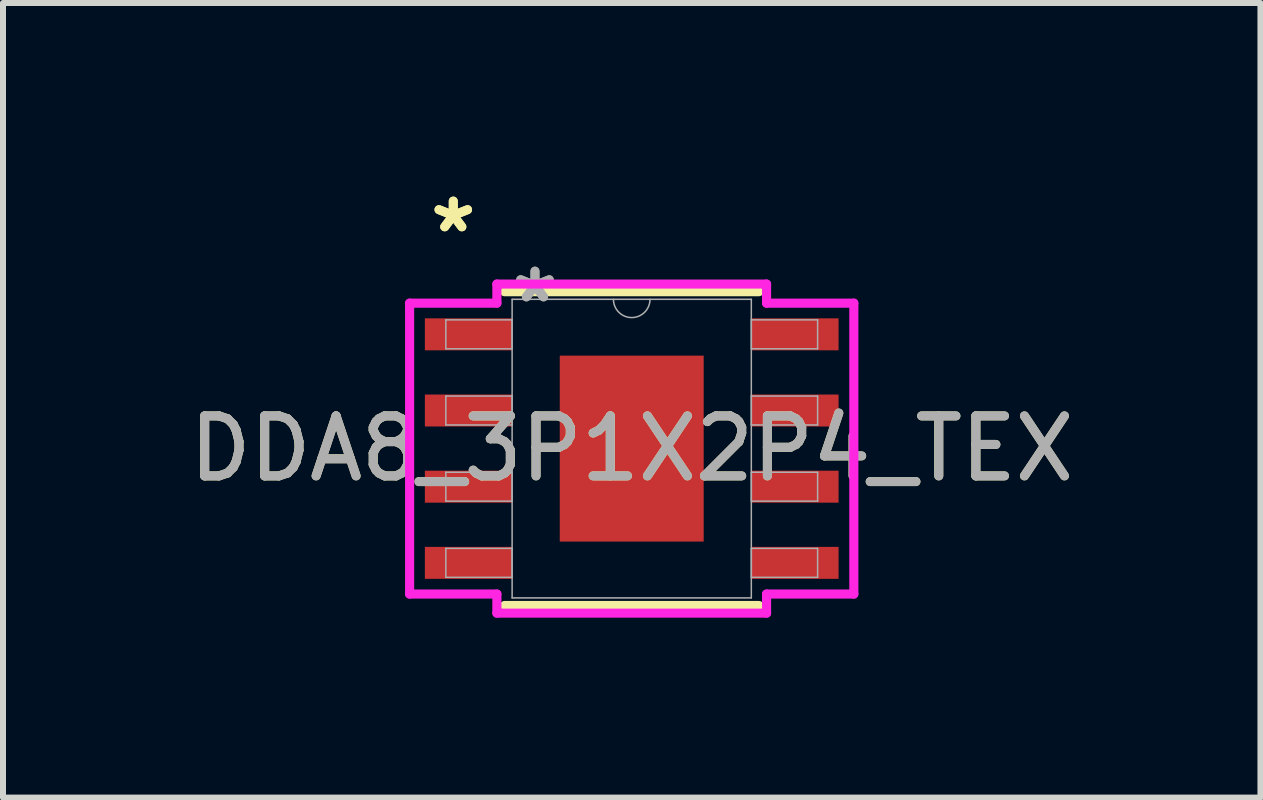
<source format=kicad_pcb>
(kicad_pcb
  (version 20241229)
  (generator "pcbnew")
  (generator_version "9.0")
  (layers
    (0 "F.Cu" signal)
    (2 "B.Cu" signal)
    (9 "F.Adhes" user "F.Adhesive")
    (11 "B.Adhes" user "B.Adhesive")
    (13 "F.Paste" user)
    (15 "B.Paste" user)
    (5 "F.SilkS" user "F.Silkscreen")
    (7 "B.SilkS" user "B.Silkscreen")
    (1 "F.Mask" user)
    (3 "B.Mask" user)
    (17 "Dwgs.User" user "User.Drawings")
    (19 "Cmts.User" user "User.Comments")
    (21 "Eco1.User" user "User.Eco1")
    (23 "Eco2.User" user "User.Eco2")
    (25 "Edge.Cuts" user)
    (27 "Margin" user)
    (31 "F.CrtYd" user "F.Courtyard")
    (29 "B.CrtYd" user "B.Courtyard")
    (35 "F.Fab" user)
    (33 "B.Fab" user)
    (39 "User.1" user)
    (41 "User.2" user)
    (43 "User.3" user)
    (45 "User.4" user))
  (footprint "DDA8_3P1X2P4_TEX"
    (layer "F.Cu")
    (at 7.482 4.429)
    (property "Reference" "DDA8_3P1X2P4_TEX" (at 0 0 0) (unlocked yes) (layer "F.SilkS") (effects (font (size 1 1) (thickness 0.15))))
    (attr smd)
    (fp_line (start -2.121 2.616) (end 2.121 2.616) (stroke (width 0.152) (type solid)) (layer "F.SilkS"))
    (fp_line (start 2.121 -2.616) (end -2.121 -2.616) (stroke (width 0.152) (type solid)) (layer "F.SilkS"))
    (fp_poly (pts (xy -1.1 -1.45) (xy -1.1 -0.1) (xy 1.1 -0.1) (xy 1.1 -1.45)) (stroke (width 0) (type solid)) (fill yes) (layer "F.Paste"))
    (fp_poly (pts (xy -1.1 0.1) (xy -1.1 1.45) (xy 1.1 1.45) (xy 1.1 0.1)) (stroke (width 0) (type solid)) (fill yes) (layer "F.Paste"))
    (fp_line (start -3.703 -2.425) (end -2.248 -2.425) (stroke (width 0.152) (type solid)) (layer "F.CrtYd"))
    (fp_line (start -3.703 2.425) (end -3.703 -2.425) (stroke (width 0.152) (type solid)) (layer "F.CrtYd"))
    (fp_line (start -3.703 2.425) (end -2.248 2.425) (stroke (width 0.152) (type solid)) (layer "F.CrtYd"))
    (fp_line (start -2.248 -2.743) (end 2.248 -2.743) (stroke (width 0.152) (type solid)) (layer "F.CrtYd"))
    (fp_line (start -2.248 -2.425) (end -2.248 -2.743) (stroke (width 0.152) (type solid)) (layer "F.CrtYd"))
    (fp_line (start -2.248 2.743) (end -2.248 2.425) (stroke (width 0.152) (type solid)) (layer "F.CrtYd"))
    (fp_line (start 2.248 -2.743) (end 2.248 -2.425) (stroke (width 0.152) (type solid)) (layer "F.CrtYd"))
    (fp_line (start 2.248 2.425) (end 2.248 2.743) (stroke (width 0.152) (type solid)) (layer "F.CrtYd"))
    (fp_line (start 2.248 2.743) (end -2.248 2.743) (stroke (width 0.152) (type solid)) (layer "F.CrtYd"))
    (fp_line (start 3.703 -2.425) (end 2.248 -2.425) (stroke (width 0.152) (type solid)) (layer "F.CrtYd"))
    (fp_line (start 3.703 -2.425) (end 3.703 2.425) (stroke (width 0.152) (type solid)) (layer "F.CrtYd"))
    (fp_line (start 3.703 2.425) (end 2.248 2.425) (stroke (width 0.152) (type solid)) (layer "F.CrtYd"))
    (fp_line (start -3.099 -2.146) (end -3.099 -1.664) (stroke (width 0.025) (type solid)) (layer "F.Fab"))
    (fp_line (start -3.099 -1.664) (end -1.994 -1.664) (stroke (width 0.025) (type solid)) (layer "F.Fab"))
    (fp_line (start -3.099 -0.876) (end -3.099 -0.394) (stroke (width 0.025) (type solid)) (layer "F.Fab"))
    (fp_line (start -3.099 -0.394) (end -1.994 -0.394) (stroke (width 0.025) (type solid)) (layer "F.Fab"))
    (fp_line (start -3.099 0.394) (end -3.099 0.876) (stroke (width 0.025) (type solid)) (layer "F.Fab"))
    (fp_line (start -3.099 0.876) (end -1.994 0.876) (stroke (width 0.025) (type solid)) (layer "F.Fab"))
    (fp_line (start -3.099 1.664) (end -3.099 2.146) (stroke (width 0.025) (type solid)) (layer "F.Fab"))
    (fp_line (start -3.099 2.146) (end -1.994 2.146) (stroke (width 0.025) (type solid)) (layer "F.Fab"))
    (fp_line (start -1.994 -2.489) (end -1.994 2.489) (stroke (width 0.025) (type solid)) (layer "F.Fab"))
    (fp_line (start -1.994 -2.146) (end -3.099 -2.146) (stroke (width 0.025) (type solid)) (layer "F.Fab"))
    (fp_line (start -1.994 -1.664) (end -1.994 -2.146) (stroke (width 0.025) (type solid)) (layer "F.Fab"))
    (fp_line (start -1.994 -0.876) (end -3.099 -0.876) (stroke (width 0.025) (type solid)) (layer "F.Fab"))
    (fp_line (start -1.994 -0.394) (end -1.994 -0.876) (stroke (width 0.025) (type solid)) (layer "F.Fab"))
    (fp_line (start -1.994 0.394) (end -3.099 0.394) (stroke (width 0.025) (type solid)) (layer "F.Fab"))
    (fp_line (start -1.994 0.876) (end -1.994 0.394) (stroke (width 0.025) (type solid)) (layer "F.Fab"))
    (fp_line (start -1.994 1.664) (end -3.099 1.664) (stroke (width 0.025) (type solid)) (layer "F.Fab"))
    (fp_line (start -1.994 2.146) (end -1.994 1.664) (stroke (width 0.025) (type solid)) (layer "F.Fab"))
    (fp_line (start -1.994 2.489) (end 1.994 2.489) (stroke (width 0.025) (type solid)) (layer "F.Fab"))
    (fp_line (start 1.994 -2.489) (end -1.994 -2.489) (stroke (width 0.025) (type solid)) (layer "F.Fab"))
    (fp_line (start 1.994 -2.146) (end 1.994 -1.664) (stroke (width 0.025) (type solid)) (layer "F.Fab"))
    (fp_line (start 1.994 -1.664) (end 3.099 -1.664) (stroke (width 0.025) (type solid)) (layer "F.Fab"))
    (fp_line (start 1.994 -0.876) (end 1.994 -0.394) (stroke (width 0.025) (type solid)) (layer "F.Fab"))
    (fp_line (start 1.994 -0.394) (end 3.099 -0.394) (stroke (width 0.025) (type solid)) (layer "F.Fab"))
    (fp_line (start 1.994 0.394) (end 1.994 0.876) (stroke (width 0.025) (type solid)) (layer "F.Fab"))
    (fp_line (start 1.994 0.876) (end 3.099 0.876) (stroke (width 0.025) (type solid)) (layer "F.Fab"))
    (fp_line (start 1.994 1.664) (end 1.994 2.146) (stroke (width 0.025) (type solid)) (layer "F.Fab"))
    (fp_line (start 1.994 2.146) (end 3.099 2.146) (stroke (width 0.025) (type solid)) (layer "F.Fab"))
    (fp_line (start 1.994 2.489) (end 1.994 -2.489) (stroke (width 0.025) (type solid)) (layer "F.Fab"))
    (fp_line (start 3.099 -2.146) (end 1.994 -2.146) (stroke (width 0.025) (type solid)) (layer "F.Fab"))
    (fp_line (start 3.099 -1.664) (end 3.099 -2.146) (stroke (width 0.025) (type solid)) (layer "F.Fab"))
    (fp_line (start 3.099 -0.876) (end 1.994 -0.876) (stroke (width 0.025) (type solid)) (layer "F.Fab"))
    (fp_line (start 3.099 -0.394) (end 3.099 -0.876) (stroke (width 0.025) (type solid)) (layer "F.Fab"))
    (fp_line (start 3.099 0.394) (end 1.994 0.394) (stroke (width 0.025) (type solid)) (layer "F.Fab"))
    (fp_line (start 3.099 0.876) (end 3.099 0.394) (stroke (width 0.025) (type solid)) (layer "F.Fab"))
    (fp_line (start 3.099 1.664) (end 1.994 1.664) (stroke (width 0.025) (type solid)) (layer "F.Fab"))
    (fp_line (start 3.099 2.146) (end 3.099 1.664) (stroke (width 0.025) (type solid)) (layer "F.Fab"))
    (fp_arc (start 0.3048 -2.4892) (mid 0 -2.1844) (end -0.3048 -2.4892) (stroke (width 0.0254) (type solid)) (layer "F.Fab"))
    (fp_text user "*" (at -2.975 -3.581 0) (unlocked yes) (layer "F.SilkS") (effects (font (size 1 1) (thickness 0.15))))
    (fp_text user "*" (at -2.975 -3.581 0) (layer "F.SilkS") (effects (font (size 1 1) (thickness 0.15))))
    (fp_text user "${REFERENCE}" (at 0 0 0) (unlocked yes) (layer "F.Fab") (effects (font (size 1 1) (thickness 0.15))))
    (fp_text user "*" (at -1.613 -2.413 0) (layer "F.Fab") (effects (font (size 1 1) (thickness 0.15))))
    (fp_text user "*" (at -1.613 -2.413 0) (unlocked yes) (layer "F.Fab") (effects (font (size 1 1) (thickness 0.15))))
    (pad "1" smd rect (at -2.721 -1.905) (size 1.455 0.533) (layers "F.Cu" "F.Mask" "F.Paste"))
    (pad "2" smd rect (at -2.721 -0.635) (size 1.455 0.533) (layers "F.Cu" "F.Mask" "F.Paste"))
    (pad "3" smd rect (at -2.721 0.635) (size 1.455 0.533) (layers "F.Cu" "F.Mask" "F.Paste"))
    (pad "4" smd rect (at -2.721 1.905) (size 1.455 0.533) (layers "F.Cu" "F.Mask" "F.Paste"))
    (pad "5" smd rect (at 2.721 1.905) (size 1.455 0.533) (layers "F.Cu" "F.Mask" "F.Paste"))
    (pad "6" smd rect (at 2.721 0.635) (size 1.455 0.533) (layers "F.Cu" "F.Mask" "F.Paste"))
    (pad "7" smd rect (at 2.721 -0.635) (size 1.455 0.533) (layers "F.Cu" "F.Mask" "F.Paste"))
    (pad "8" smd rect (at 2.721 -1.905) (size 1.455 0.533) (layers "F.Cu" "F.Mask" "F.Paste"))
    (pad "EPAD" smd rect (at 0 0) (size 2.4 3.1) (layers "F.Cu" "F.Mask")))
  (gr_rect
    (start -3 -3)
    (end 17.964 10.248)
    (stroke (width 0.1) (type default))
    (fill no)
    (layer "Edge.Cuts")))
</source>
